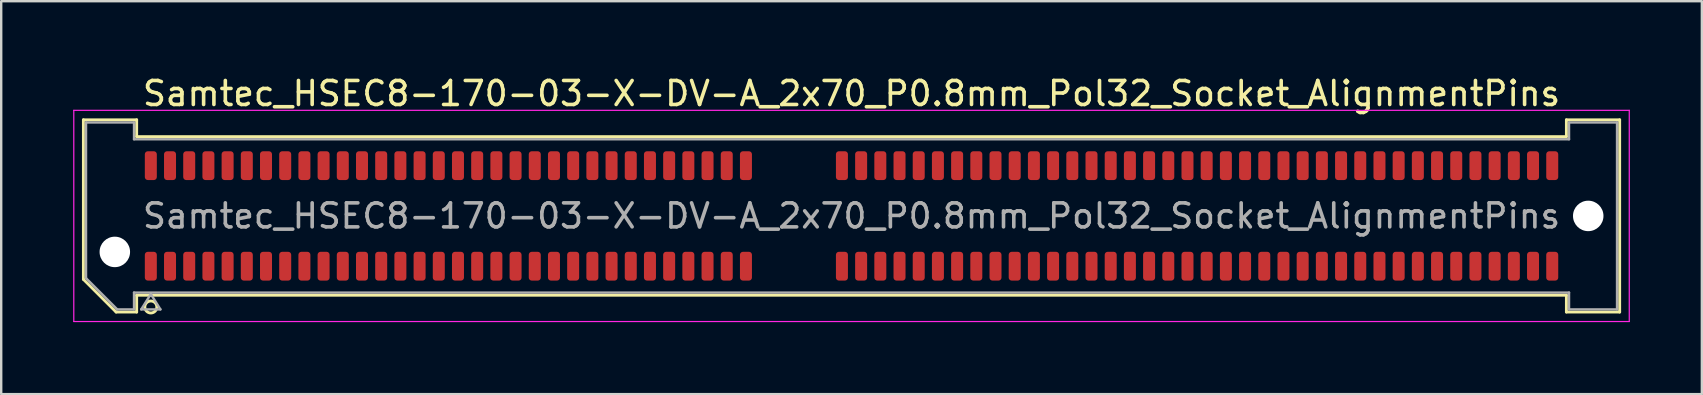
<source format=kicad_pcb>
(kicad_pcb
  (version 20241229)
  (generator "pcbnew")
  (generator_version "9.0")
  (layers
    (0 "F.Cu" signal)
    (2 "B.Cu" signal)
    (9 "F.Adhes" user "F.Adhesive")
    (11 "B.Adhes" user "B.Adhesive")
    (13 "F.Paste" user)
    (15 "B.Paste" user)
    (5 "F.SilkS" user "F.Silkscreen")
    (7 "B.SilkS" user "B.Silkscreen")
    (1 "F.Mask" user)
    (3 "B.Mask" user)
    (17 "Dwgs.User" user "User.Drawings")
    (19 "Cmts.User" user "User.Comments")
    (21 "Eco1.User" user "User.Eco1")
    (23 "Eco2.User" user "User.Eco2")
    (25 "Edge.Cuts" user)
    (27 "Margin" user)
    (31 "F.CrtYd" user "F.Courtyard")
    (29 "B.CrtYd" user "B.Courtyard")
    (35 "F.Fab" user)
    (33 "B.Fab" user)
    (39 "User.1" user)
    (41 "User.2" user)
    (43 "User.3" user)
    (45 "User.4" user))
  (footprint "Samtec_HSEC8-170-03-X-DV-A_2x70_P0.8mm_Pol32_Socket_AlignmentPins"
    (layer "F.Cu")
    (at 32.435 5.948)
    (property "Reference" "Samtec_HSEC8-170-03-X-DV-A_2x70_P0.8mm_Pol32_Socket_AlignmentPins" (at 0 -5.1 0) (layer "F.SilkS") (effects (font (size 1 1) (thickness 0.15))))
    (attr smd)
    (fp_line (start -32.01 -4.005) (end -29.79 -4.005) (stroke (width 0.12) (type solid)) (layer "F.SilkS"))
    (fp_line (start -32.01 2.641) (end -32.01 -4.005) (stroke (width 0.12) (type solid)) (layer "F.SilkS"))
    (fp_line (start -30.646 4.005) (end -32.01 2.641) (stroke (width 0.12) (type solid)) (layer "F.SilkS"))
    (fp_line (start -29.79 -4.005) (end -29.79 -3.305) (stroke (width 0.12) (type solid)) (layer "F.SilkS"))
    (fp_line (start -29.79 -3.305) (end 29.79 -3.305) (stroke (width 0.12) (type solid)) (layer "F.SilkS"))
    (fp_line (start -29.79 3.305) (end -29.79 4.005) (stroke (width 0.12) (type solid)) (layer "F.SilkS"))
    (fp_line (start -29.79 4.005) (end -30.646 4.005) (stroke (width 0.12) (type solid)) (layer "F.SilkS"))
    (fp_line (start 29.79 -4.005) (end 32.01 -4.005) (stroke (width 0.12) (type solid)) (layer "F.SilkS"))
    (fp_line (start 29.79 -3.305) (end 29.79 -4.005) (stroke (width 0.12) (type solid)) (layer "F.SilkS"))
    (fp_line (start 29.79 3.305) (end -29.79 3.305) (stroke (width 0.12) (type solid)) (layer "F.SilkS"))
    (fp_line (start 29.79 4.005) (end 29.79 3.305) (stroke (width 0.12) (type solid)) (layer "F.SilkS"))
    (fp_line (start 32.01 -4.005) (end 32.01 4.005) (stroke (width 0.12) (type solid)) (layer "F.SilkS"))
    (fp_line (start 32.01 4.005) (end 29.79 4.005) (stroke (width 0.12) (type solid)) (layer "F.SilkS"))
    (fp_circle (center -29.2 3.795) (end -28.95 3.795) (stroke (width 0.12) (type solid)) (fill no) (layer "F.SilkS"))
    (fp_line (start -32.41 -4.4) (end -32.41 4.4) (stroke (width 0.05) (type solid)) (layer "F.CrtYd"))
    (fp_line (start -32.41 4.4) (end 32.41 4.4) (stroke (width 0.05) (type solid)) (layer "F.CrtYd"))
    (fp_line (start 32.41 -4.4) (end -32.41 -4.4) (stroke (width 0.05) (type solid)) (layer "F.CrtYd"))
    (fp_line (start 32.41 4.4) (end 32.41 -4.4) (stroke (width 0.05) (type solid)) (layer "F.CrtYd"))
    (fp_line (start -31.9 -3.895) (end -29.9 -3.895) (stroke (width 0.1) (type solid)) (layer "F.Fab"))
    (fp_line (start -31.9 2.595) (end -31.9 -3.895) (stroke (width 0.1) (type solid)) (layer "F.Fab"))
    (fp_line (start -30.6 3.895) (end -31.9 2.595) (stroke (width 0.1) (type solid)) (layer "F.Fab"))
    (fp_line (start -29.9 -3.895) (end -29.9 -3.195) (stroke (width 0.1) (type solid)) (layer "F.Fab"))
    (fp_line (start -29.9 -3.195) (end 29.9 -3.195) (stroke (width 0.1) (type solid)) (layer "F.Fab"))
    (fp_line (start -29.9 3.195) (end -29.9 3.895) (stroke (width 0.1) (type solid)) (layer "F.Fab"))
    (fp_line (start -29.9 3.895) (end -30.6 3.895) (stroke (width 0.1) (type solid)) (layer "F.Fab"))
    (fp_line (start -29.6 3.895) (end -29.2 3.255) (stroke (width 0.1) (type solid)) (layer "F.Fab"))
    (fp_line (start -29.2 3.255) (end -28.8 3.895) (stroke (width 0.1) (type solid)) (layer "F.Fab"))
    (fp_line (start -28.8 3.895) (end -29.6 3.895) (stroke (width 0.1) (type solid)) (layer "F.Fab"))
    (fp_line (start 29.9 -3.895) (end 31.9 -3.895) (stroke (width 0.1) (type solid)) (layer "F.Fab"))
    (fp_line (start 29.9 -3.195) (end 29.9 -3.895) (stroke (width 0.1) (type solid)) (layer "F.Fab"))
    (fp_line (start 29.9 3.195) (end -29.9 3.195) (stroke (width 0.1) (type solid)) (layer "F.Fab"))
    (fp_line (start 29.9 3.895) (end 29.9 3.195) (stroke (width 0.1) (type solid)) (layer "F.Fab"))
    (fp_line (start 31.9 -3.895) (end 31.9 3.895) (stroke (width 0.1) (type solid)) (layer "F.Fab"))
    (fp_line (start 31.9 3.895) (end 29.9 3.895) (stroke (width 0.1) (type solid)) (layer "F.Fab"))
    (fp_text user "${REFERENCE}" (at 0 0 0) (layer "F.Fab") (effects (font (size 1 1) (thickness 0.15))))
    (pad "" np_thru_hole circle (at -30.7 1.5) (size 1.27 1.27) (drill 1.27) (layers "*.Cu" "*.Mask"))
    (pad "" np_thru_hole circle (at 30.7 0) (size 1.27 1.27) (drill 1.27) (layers "*.Cu" "*.Mask"))
    (pad "1" smd roundrect (at -29.2 2.095) (size 0.5 1.2) (layers "F.Cu" "F.Mask" "F.Paste") (roundrect_rratio 0.25))
    (pad "2" smd roundrect (at -29.2 -2.095) (size 0.5 1.2) (layers "F.Cu" "F.Mask" "F.Paste") (roundrect_rratio 0.25))
    (pad "3" smd roundrect (at -28.4 2.095) (size 0.5 1.2) (layers "F.Cu" "F.Mask" "F.Paste") (roundrect_rratio 0.25))
    (pad "4" smd roundrect (at -28.4 -2.095) (size 0.5 1.2) (layers "F.Cu" "F.Mask" "F.Paste") (roundrect_rratio 0.25))
    (pad "5" smd roundrect (at -27.6 2.095) (size 0.5 1.2) (layers "F.Cu" "F.Mask" "F.Paste") (roundrect_rratio 0.25))
    (pad "6" smd roundrect (at -27.6 -2.095) (size 0.5 1.2) (layers "F.Cu" "F.Mask" "F.Paste") (roundrect_rratio 0.25))
    (pad "7" smd roundrect (at -26.8 2.095) (size 0.5 1.2) (layers "F.Cu" "F.Mask" "F.Paste") (roundrect_rratio 0.25))
    (pad "8" smd roundrect (at -26.8 -2.095) (size 0.5 1.2) (layers "F.Cu" "F.Mask" "F.Paste") (roundrect_rratio 0.25))
    (pad "9" smd roundrect (at -26 2.095) (size 0.5 1.2) (layers "F.Cu" "F.Mask" "F.Paste") (roundrect_rratio 0.25))
    (pad "10" smd roundrect (at -26 -2.095) (size 0.5 1.2) (layers "F.Cu" "F.Mask" "F.Paste") (roundrect_rratio 0.25))
    (pad "11" smd roundrect (at -25.2 2.095) (size 0.5 1.2) (layers "F.Cu" "F.Mask" "F.Paste") (roundrect_rratio 0.25))
    (pad "12" smd roundrect (at -25.2 -2.095) (size 0.5 1.2) (layers "F.Cu" "F.Mask" "F.Paste") (roundrect_rratio 0.25))
    (pad "13" smd roundrect (at -24.4 2.095) (size 0.5 1.2) (layers "F.Cu" "F.Mask" "F.Paste") (roundrect_rratio 0.25))
    (pad "14" smd roundrect (at -24.4 -2.095) (size 0.5 1.2) (layers "F.Cu" "F.Mask" "F.Paste") (roundrect_rratio 0.25))
    (pad "15" smd roundrect (at -23.6 2.095) (size 0.5 1.2) (layers "F.Cu" "F.Mask" "F.Paste") (roundrect_rratio 0.25))
    (pad "16" smd roundrect (at -23.6 -2.095) (size 0.5 1.2) (layers "F.Cu" "F.Mask" "F.Paste") (roundrect_rratio 0.25))
    (pad "17" smd roundrect (at -22.8 2.095) (size 0.5 1.2) (layers "F.Cu" "F.Mask" "F.Paste") (roundrect_rratio 0.25))
    (pad "18" smd roundrect (at -22.8 -2.095) (size 0.5 1.2) (layers "F.Cu" "F.Mask" "F.Paste") (roundrect_rratio 0.25))
    (pad "19" smd roundrect (at -22 2.095) (size 0.5 1.2) (layers "F.Cu" "F.Mask" "F.Paste") (roundrect_rratio 0.25))
    (pad "20" smd roundrect (at -22 -2.095) (size 0.5 1.2) (layers "F.Cu" "F.Mask" "F.Paste") (roundrect_rratio 0.25))
    (pad "21" smd roundrect (at -21.2 2.095) (size 0.5 1.2) (layers "F.Cu" "F.Mask" "F.Paste") (roundrect_rratio 0.25))
    (pad "22" smd roundrect (at -21.2 -2.095) (size 0.5 1.2) (layers "F.Cu" "F.Mask" "F.Paste") (roundrect_rratio 0.25))
    (pad "23" smd roundrect (at -20.4 2.095) (size 0.5 1.2) (layers "F.Cu" "F.Mask" "F.Paste") (roundrect_rratio 0.25))
    (pad "24" smd roundrect (at -20.4 -2.095) (size 0.5 1.2) (layers "F.Cu" "F.Mask" "F.Paste") (roundrect_rratio 0.25))
    (pad "25" smd roundrect (at -19.6 2.095) (size 0.5 1.2) (layers "F.Cu" "F.Mask" "F.Paste") (roundrect_rratio 0.25))
    (pad "26" smd roundrect (at -19.6 -2.095) (size 0.5 1.2) (layers "F.Cu" "F.Mask" "F.Paste") (roundrect_rratio 0.25))
    (pad "27" smd roundrect (at -18.8 2.095) (size 0.5 1.2) (layers "F.Cu" "F.Mask" "F.Paste") (roundrect_rratio 0.25))
    (pad "28" smd roundrect (at -18.8 -2.095) (size 0.5 1.2) (layers "F.Cu" "F.Mask" "F.Paste") (roundrect_rratio 0.25))
    (pad "29" smd roundrect (at -18 2.095) (size 0.5 1.2) (layers "F.Cu" "F.Mask" "F.Paste") (roundrect_rratio 0.25))
    (pad "30" smd roundrect (at -18 -2.095) (size 0.5 1.2) (layers "F.Cu" "F.Mask" "F.Paste") (roundrect_rratio 0.25))
    (pad "31" smd roundrect (at -17.2 2.095) (size 0.5 1.2) (layers "F.Cu" "F.Mask" "F.Paste") (roundrect_rratio 0.25))
    (pad "32" smd roundrect (at -17.2 -2.095) (size 0.5 1.2) (layers "F.Cu" "F.Mask" "F.Paste") (roundrect_rratio 0.25))
    (pad "33" smd roundrect (at -16.4 2.095) (size 0.5 1.2) (layers "F.Cu" "F.Mask" "F.Paste") (roundrect_rratio 0.25))
    (pad "34" smd roundrect (at -16.4 -2.095) (size 0.5 1.2) (layers "F.Cu" "F.Mask" "F.Paste") (roundrect_rratio 0.25))
    (pad "35" smd roundrect (at -15.6 2.095) (size 0.5 1.2) (layers "F.Cu" "F.Mask" "F.Paste") (roundrect_rratio 0.25))
    (pad "36" smd roundrect (at -15.6 -2.095) (size 0.5 1.2) (layers "F.Cu" "F.Mask" "F.Paste") (roundrect_rratio 0.25))
    (pad "37" smd roundrect (at -14.8 2.095) (size 0.5 1.2) (layers "F.Cu" "F.Mask" "F.Paste") (roundrect_rratio 0.25))
    (pad "38" smd roundrect (at -14.8 -2.095) (size 0.5 1.2) (layers "F.Cu" "F.Mask" "F.Paste") (roundrect_rratio 0.25))
    (pad "39" smd roundrect (at -14 2.095) (size 0.5 1.2) (layers "F.Cu" "F.Mask" "F.Paste") (roundrect_rratio 0.25))
    (pad "40" smd roundrect (at -14 -2.095) (size 0.5 1.2) (layers "F.Cu" "F.Mask" "F.Paste") (roundrect_rratio 0.25))
    (pad "41" smd roundrect (at -13.2 2.095) (size 0.5 1.2) (layers "F.Cu" "F.Mask" "F.Paste") (roundrect_rratio 0.25))
    (pad "42" smd roundrect (at -13.2 -2.095) (size 0.5 1.2) (layers "F.Cu" "F.Mask" "F.Paste") (roundrect_rratio 0.25))
    (pad "43" smd roundrect (at -12.4 2.095) (size 0.5 1.2) (layers "F.Cu" "F.Mask" "F.Paste") (roundrect_rratio 0.25))
    (pad "44" smd roundrect (at -12.4 -2.095) (size 0.5 1.2) (layers "F.Cu" "F.Mask" "F.Paste") (roundrect_rratio 0.25))
    (pad "45" smd roundrect (at -11.6 2.095) (size 0.5 1.2) (layers "F.Cu" "F.Mask" "F.Paste") (roundrect_rratio 0.25))
    (pad "46" smd roundrect (at -11.6 -2.095) (size 0.5 1.2) (layers "F.Cu" "F.Mask" "F.Paste") (roundrect_rratio 0.25))
    (pad "47" smd roundrect (at -10.8 2.095) (size 0.5 1.2) (layers "F.Cu" "F.Mask" "F.Paste") (roundrect_rratio 0.25))
    (pad "48" smd roundrect (at -10.8 -2.095) (size 0.5 1.2) (layers "F.Cu" "F.Mask" "F.Paste") (roundrect_rratio 0.25))
    (pad "49" smd roundrect (at -10 2.095) (size 0.5 1.2) (layers "F.Cu" "F.Mask" "F.Paste") (roundrect_rratio 0.25))
    (pad "50" smd roundrect (at -10 -2.095) (size 0.5 1.2) (layers "F.Cu" "F.Mask" "F.Paste") (roundrect_rratio 0.25))
    (pad "51" smd roundrect (at -9.2 2.095) (size 0.5 1.2) (layers "F.Cu" "F.Mask" "F.Paste") (roundrect_rratio 0.25))
    (pad "52" smd roundrect (at -9.2 -2.095) (size 0.5 1.2) (layers "F.Cu" "F.Mask" "F.Paste") (roundrect_rratio 0.25))
    (pad "53" smd roundrect (at -8.4 2.095) (size 0.5 1.2) (layers "F.Cu" "F.Mask" "F.Paste") (roundrect_rratio 0.25))
    (pad "54" smd roundrect (at -8.4 -2.095) (size 0.5 1.2) (layers "F.Cu" "F.Mask" "F.Paste") (roundrect_rratio 0.25))
    (pad "55" smd roundrect (at -7.6 2.095) (size 0.5 1.2) (layers "F.Cu" "F.Mask" "F.Paste") (roundrect_rratio 0.25))
    (pad "56" smd roundrect (at -7.6 -2.095) (size 0.5 1.2) (layers "F.Cu" "F.Mask" "F.Paste") (roundrect_rratio 0.25))
    (pad "57" smd roundrect (at -6.8 2.095) (size 0.5 1.2) (layers "F.Cu" "F.Mask" "F.Paste") (roundrect_rratio 0.25))
    (pad "58" smd roundrect (at -6.8 -2.095) (size 0.5 1.2) (layers "F.Cu" "F.Mask" "F.Paste") (roundrect_rratio 0.25))
    (pad "59" smd roundrect (at -6 2.095) (size 0.5 1.2) (layers "F.Cu" "F.Mask" "F.Paste") (roundrect_rratio 0.25))
    (pad "60" smd roundrect (at -6 -2.095) (size 0.5 1.2) (layers "F.Cu" "F.Mask" "F.Paste") (roundrect_rratio 0.25))
    (pad "61" smd roundrect (at -5.2 2.095) (size 0.5 1.2) (layers "F.Cu" "F.Mask" "F.Paste") (roundrect_rratio 0.25))
    (pad "62" smd roundrect (at -5.2 -2.095) (size 0.5 1.2) (layers "F.Cu" "F.Mask" "F.Paste") (roundrect_rratio 0.25))
    (pad "63" smd roundrect (at -4.4 2.095) (size 0.5 1.2) (layers "F.Cu" "F.Mask" "F.Paste") (roundrect_rratio 0.25))
    (pad "64" smd roundrect (at -4.4 -2.095) (size 0.5 1.2) (layers "F.Cu" "F.Mask" "F.Paste") (roundrect_rratio 0.25))
    (pad "65" smd roundrect (at -0.4 2.095) (size 0.5 1.2) (layers "F.Cu" "F.Mask" "F.Paste") (roundrect_rratio 0.25))
    (pad "66" smd roundrect (at -0.4 -2.095) (size 0.5 1.2) (layers "F.Cu" "F.Mask" "F.Paste") (roundrect_rratio 0.25))
    (pad "67" smd roundrect (at 0.4 2.095) (size 0.5 1.2) (layers "F.Cu" "F.Mask" "F.Paste") (roundrect_rratio 0.25))
    (pad "68" smd roundrect (at 0.4 -2.095) (size 0.5 1.2) (layers "F.Cu" "F.Mask" "F.Paste") (roundrect_rratio 0.25))
    (pad "69" smd roundrect (at 1.2 2.095) (size 0.5 1.2) (layers "F.Cu" "F.Mask" "F.Paste") (roundrect_rratio 0.25))
    (pad "70" smd roundrect (at 1.2 -2.095) (size 0.5 1.2) (layers "F.Cu" "F.Mask" "F.Paste") (roundrect_rratio 0.25))
    (pad "71" smd roundrect (at 2 2.095) (size 0.5 1.2) (layers "F.Cu" "F.Mask" "F.Paste") (roundrect_rratio 0.25))
    (pad "72" smd roundrect (at 2 -2.095) (size 0.5 1.2) (layers "F.Cu" "F.Mask" "F.Paste") (roundrect_rratio 0.25))
    (pad "73" smd roundrect (at 2.8 2.095) (size 0.5 1.2) (layers "F.Cu" "F.Mask" "F.Paste") (roundrect_rratio 0.25))
    (pad "74" smd roundrect (at 2.8 -2.095) (size 0.5 1.2) (layers "F.Cu" "F.Mask" "F.Paste") (roundrect_rratio 0.25))
    (pad "75" smd roundrect (at 3.6 2.095) (size 0.5 1.2) (layers "F.Cu" "F.Mask" "F.Paste") (roundrect_rratio 0.25))
    (pad "76" smd roundrect (at 3.6 -2.095) (size 0.5 1.2) (layers "F.Cu" "F.Mask" "F.Paste") (roundrect_rratio 0.25))
    (pad "77" smd roundrect (at 4.4 2.095) (size 0.5 1.2) (layers "F.Cu" "F.Mask" "F.Paste") (roundrect_rratio 0.25))
    (pad "78" smd roundrect (at 4.4 -2.095) (size 0.5 1.2) (layers "F.Cu" "F.Mask" "F.Paste") (roundrect_rratio 0.25))
    (pad "79" smd roundrect (at 5.2 2.095) (size 0.5 1.2) (layers "F.Cu" "F.Mask" "F.Paste") (roundrect_rratio 0.25))
    (pad "80" smd roundrect (at 5.2 -2.095) (size 0.5 1.2) (layers "F.Cu" "F.Mask" "F.Paste") (roundrect_rratio 0.25))
    (pad "81" smd roundrect (at 6 2.095) (size 0.5 1.2) (layers "F.Cu" "F.Mask" "F.Paste") (roundrect_rratio 0.25))
    (pad "82" smd roundrect (at 6 -2.095) (size 0.5 1.2) (layers "F.Cu" "F.Mask" "F.Paste") (roundrect_rratio 0.25))
    (pad "83" smd roundrect (at 6.8 2.095) (size 0.5 1.2) (layers "F.Cu" "F.Mask" "F.Paste") (roundrect_rratio 0.25))
    (pad "84" smd roundrect (at 6.8 -2.095) (size 0.5 1.2) (layers "F.Cu" "F.Mask" "F.Paste") (roundrect_rratio 0.25))
    (pad "85" smd roundrect (at 7.6 2.095) (size 0.5 1.2) (layers "F.Cu" "F.Mask" "F.Paste") (roundrect_rratio 0.25))
    (pad "86" smd roundrect (at 7.6 -2.095) (size 0.5 1.2) (layers "F.Cu" "F.Mask" "F.Paste") (roundrect_rratio 0.25))
    (pad "87" smd roundrect (at 8.4 2.095) (size 0.5 1.2) (layers "F.Cu" "F.Mask" "F.Paste") (roundrect_rratio 0.25))
    (pad "88" smd roundrect (at 8.4 -2.095) (size 0.5 1.2) (layers "F.Cu" "F.Mask" "F.Paste") (roundrect_rratio 0.25))
    (pad "89" smd roundrect (at 9.2 2.095) (size 0.5 1.2) (layers "F.Cu" "F.Mask" "F.Paste") (roundrect_rratio 0.25))
    (pad "90" smd roundrect (at 9.2 -2.095) (size 0.5 1.2) (layers "F.Cu" "F.Mask" "F.Paste") (roundrect_rratio 0.25))
    (pad "91" smd roundrect (at 10 2.095) (size 0.5 1.2) (layers "F.Cu" "F.Mask" "F.Paste") (roundrect_rratio 0.25))
    (pad "92" smd roundrect (at 10 -2.095) (size 0.5 1.2) (layers "F.Cu" "F.Mask" "F.Paste") (roundrect_rratio 0.25))
    (pad "93" smd roundrect (at 10.8 2.095) (size 0.5 1.2) (layers "F.Cu" "F.Mask" "F.Paste") (roundrect_rratio 0.25))
    (pad "94" smd roundrect (at 10.8 -2.095) (size 0.5 1.2) (layers "F.Cu" "F.Mask" "F.Paste") (roundrect_rratio 0.25))
    (pad "95" smd roundrect (at 11.6 2.095) (size 0.5 1.2) (layers "F.Cu" "F.Mask" "F.Paste") (roundrect_rratio 0.25))
    (pad "96" smd roundrect (at 11.6 -2.095) (size 0.5 1.2) (layers "F.Cu" "F.Mask" "F.Paste") (roundrect_rratio 0.25))
    (pad "97" smd roundrect (at 12.4 2.095) (size 0.5 1.2) (layers "F.Cu" "F.Mask" "F.Paste") (roundrect_rratio 0.25))
    (pad "98" smd roundrect (at 12.4 -2.095) (size 0.5 1.2) (layers "F.Cu" "F.Mask" "F.Paste") (roundrect_rratio 0.25))
    (pad "99" smd roundrect (at 13.2 2.095) (size 0.5 1.2) (layers "F.Cu" "F.Mask" "F.Paste") (roundrect_rratio 0.25))
    (pad "100" smd roundrect (at 13.2 -2.095) (size 0.5 1.2) (layers "F.Cu" "F.Mask" "F.Paste") (roundrect_rratio 0.25))
    (pad "101" smd roundrect (at 14 2.095) (size 0.5 1.2) (layers "F.Cu" "F.Mask" "F.Paste") (roundrect_rratio 0.25))
    (pad "102" smd roundrect (at 14 -2.095) (size 0.5 1.2) (layers "F.Cu" "F.Mask" "F.Paste") (roundrect_rratio 0.25))
    (pad "103" smd roundrect (at 14.8 2.095) (size 0.5 1.2) (layers "F.Cu" "F.Mask" "F.Paste") (roundrect_rratio 0.25))
    (pad "104" smd roundrect (at 14.8 -2.095) (size 0.5 1.2) (layers "F.Cu" "F.Mask" "F.Paste") (roundrect_rratio 0.25))
    (pad "105" smd roundrect (at 15.6 2.095) (size 0.5 1.2) (layers "F.Cu" "F.Mask" "F.Paste") (roundrect_rratio 0.25))
    (pad "106" smd roundrect (at 15.6 -2.095) (size 0.5 1.2) (layers "F.Cu" "F.Mask" "F.Paste") (roundrect_rratio 0.25))
    (pad "107" smd roundrect (at 16.4 2.095) (size 0.5 1.2) (layers "F.Cu" "F.Mask" "F.Paste") (roundrect_rratio 0.25))
    (pad "108" smd roundrect (at 16.4 -2.095) (size 0.5 1.2) (layers "F.Cu" "F.Mask" "F.Paste") (roundrect_rratio 0.25))
    (pad "109" smd roundrect (at 17.2 2.095) (size 0.5 1.2) (layers "F.Cu" "F.Mask" "F.Paste") (roundrect_rratio 0.25))
    (pad "110" smd roundrect (at 17.2 -2.095) (size 0.5 1.2) (layers "F.Cu" "F.Mask" "F.Paste") (roundrect_rratio 0.25))
    (pad "111" smd roundrect (at 18 2.095) (size 0.5 1.2) (layers "F.Cu" "F.Mask" "F.Paste") (roundrect_rratio 0.25))
    (pad "112" smd roundrect (at 18 -2.095) (size 0.5 1.2) (layers "F.Cu" "F.Mask" "F.Paste") (roundrect_rratio 0.25))
    (pad "113" smd roundrect (at 18.8 2.095) (size 0.5 1.2) (layers "F.Cu" "F.Mask" "F.Paste") (roundrect_rratio 0.25))
    (pad "114" smd roundrect (at 18.8 -2.095) (size 0.5 1.2) (layers "F.Cu" "F.Mask" "F.Paste") (roundrect_rratio 0.25))
    (pad "115" smd roundrect (at 19.6 2.095) (size 0.5 1.2) (layers "F.Cu" "F.Mask" "F.Paste") (roundrect_rratio 0.25))
    (pad "116" smd roundrect (at 19.6 -2.095) (size 0.5 1.2) (layers "F.Cu" "F.Mask" "F.Paste") (roundrect_rratio 0.25))
    (pad "117" smd roundrect (at 20.4 2.095) (size 0.5 1.2) (layers "F.Cu" "F.Mask" "F.Paste") (roundrect_rratio 0.25))
    (pad "118" smd roundrect (at 20.4 -2.095) (size 0.5 1.2) (layers "F.Cu" "F.Mask" "F.Paste") (roundrect_rratio 0.25))
    (pad "119" smd roundrect (at 21.2 2.095) (size 0.5 1.2) (layers "F.Cu" "F.Mask" "F.Paste") (roundrect_rratio 0.25))
    (pad "120" smd roundrect (at 21.2 -2.095) (size 0.5 1.2) (layers "F.Cu" "F.Mask" "F.Paste") (roundrect_rratio 0.25))
    (pad "121" smd roundrect (at 22 2.095) (size 0.5 1.2) (layers "F.Cu" "F.Mask" "F.Paste") (roundrect_rratio 0.25))
    (pad "122" smd roundrect (at 22 -2.095) (size 0.5 1.2) (layers "F.Cu" "F.Mask" "F.Paste") (roundrect_rratio 0.25))
    (pad "123" smd roundrect (at 22.8 2.095) (size 0.5 1.2) (layers "F.Cu" "F.Mask" "F.Paste") (roundrect_rratio 0.25))
    (pad "124" smd roundrect (at 22.8 -2.095) (size 0.5 1.2) (layers "F.Cu" "F.Mask" "F.Paste") (roundrect_rratio 0.25))
    (pad "125" smd roundrect (at 23.6 2.095) (size 0.5 1.2) (layers "F.Cu" "F.Mask" "F.Paste") (roundrect_rratio 0.25))
    (pad "126" smd roundrect (at 23.6 -2.095) (size 0.5 1.2) (layers "F.Cu" "F.Mask" "F.Paste") (roundrect_rratio 0.25))
    (pad "127" smd roundrect (at 24.4 2.095) (size 0.5 1.2) (layers "F.Cu" "F.Mask" "F.Paste") (roundrect_rratio 0.25))
    (pad "128" smd roundrect (at 24.4 -2.095) (size 0.5 1.2) (layers "F.Cu" "F.Mask" "F.Paste") (roundrect_rratio 0.25))
    (pad "129" smd roundrect (at 25.2 2.095) (size 0.5 1.2) (layers "F.Cu" "F.Mask" "F.Paste") (roundrect_rratio 0.25))
    (pad "130" smd roundrect (at 25.2 -2.095) (size 0.5 1.2) (layers "F.Cu" "F.Mask" "F.Paste") (roundrect_rratio 0.25))
    (pad "131" smd roundrect (at 26 2.095) (size 0.5 1.2) (layers "F.Cu" "F.Mask" "F.Paste") (roundrect_rratio 0.25))
    (pad "132" smd roundrect (at 26 -2.095) (size 0.5 1.2) (layers "F.Cu" "F.Mask" "F.Paste") (roundrect_rratio 0.25))
    (pad "133" smd roundrect (at 26.8 2.095) (size 0.5 1.2) (layers "F.Cu" "F.Mask" "F.Paste") (roundrect_rratio 0.25))
    (pad "134" smd roundrect (at 26.8 -2.095) (size 0.5 1.2) (layers "F.Cu" "F.Mask" "F.Paste") (roundrect_rratio 0.25))
    (pad "135" smd roundrect (at 27.6 2.095) (size 0.5 1.2) (layers "F.Cu" "F.Mask" "F.Paste") (roundrect_rratio 0.25))
    (pad "136" smd roundrect (at 27.6 -2.095) (size 0.5 1.2) (layers "F.Cu" "F.Mask" "F.Paste") (roundrect_rratio 0.25))
    (pad "137" smd roundrect (at 28.4 2.095) (size 0.5 1.2) (layers "F.Cu" "F.Mask" "F.Paste") (roundrect_rratio 0.25))
    (pad "138" smd roundrect (at 28.4 -2.095) (size 0.5 1.2) (layers "F.Cu" "F.Mask" "F.Paste") (roundrect_rratio 0.25))
    (pad "139" smd roundrect (at 29.2 2.095) (size 0.5 1.2) (layers "F.Cu" "F.Mask" "F.Paste") (roundrect_rratio 0.25))
    (pad "140" smd roundrect (at 29.2 -2.095) (size 0.5 1.2) (layers "F.Cu" "F.Mask" "F.Paste") (roundrect_rratio 0.25)))
  (gr_rect
    (start -3 -3)
    (end 67.87 13.373)
    (stroke (width 0.1) (type default))
    (fill no)
    (layer "Edge.Cuts")))
</source>
